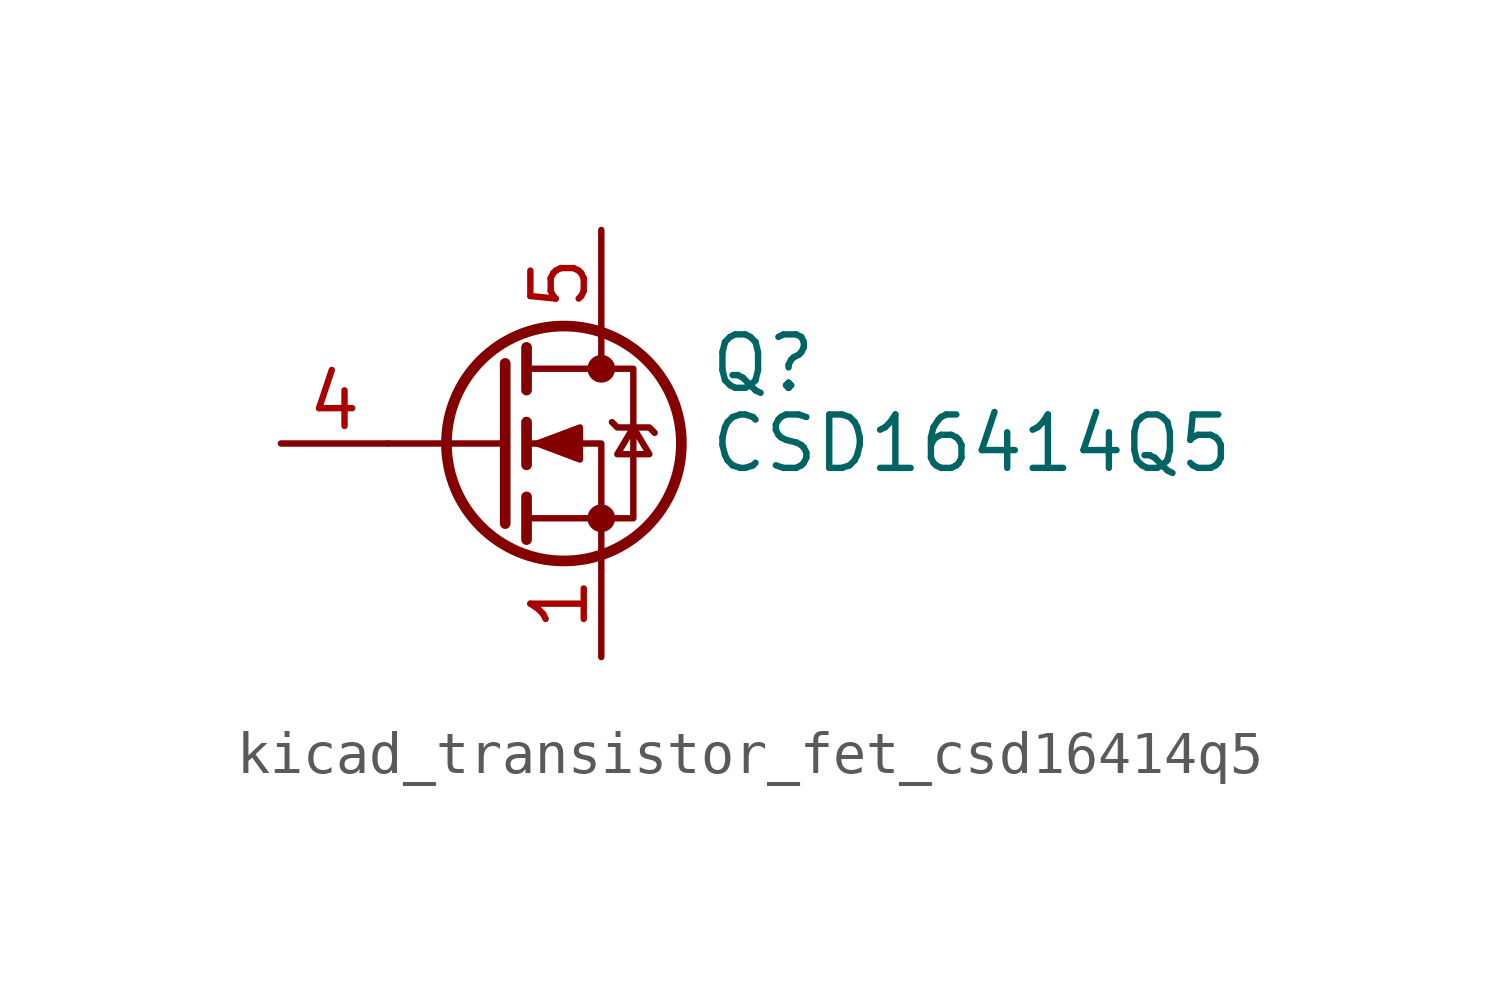
<source format=kicad_sym>
(kicad_symbol_lib
  (version 20220914)
  (generator kicad_symbol_editor)
  (symbol "kicad_transistor_fet_csd16414q5"
    (pin_names hide)
    (property "Reference" "Q"
      (at 5.08 1.905 0)
      (effects (font (size 1.27 1.27)) (justify left)))
    (property "Value" "CSD16414Q5"
      (at 5.08 0 0)
      (effects (font (size 1.27 1.27)) (justify left)))
    (symbol "kicad_transistor_fet_csd16414q5_0_1"
      (polyline (pts (xy 0.254 0) (xy -2.54 0)) (stroke (width 0) (type default)) (fill (type none)))
      (polyline (pts (xy 0.254 1.905) (xy 0.254 -1.905)) (stroke (width 0.254) (type default)) (fill (type none)))
      (polyline (pts (xy 0.762 -1.27) (xy 0.762 -2.286)) (stroke (width 0.254) (type default)) (fill (type none)))
      (polyline (pts (xy 0.762 0.508) (xy 0.762 -0.508)) (stroke (width 0.254) (type default)) (fill (type none)))
      (polyline (pts (xy 0.762 2.286) (xy 0.762 1.27)) (stroke (width 0.254) (type default)) (fill (type none)))
      (polyline (pts (xy 2.54 2.54) (xy 2.54 1.778)) (stroke (width 0) (type default)) (fill (type none)))
      (polyline (pts (xy 2.54 -2.54) (xy 2.54 0) (xy 0.762 0)) (stroke (width 0) (type default)) (fill (type none)))
      (polyline (pts (xy 0.762 -1.778) (xy 3.302 -1.778) (xy 3.302 1.778) (xy 0.762 1.778)) (stroke (width 0) (type default)) (fill (type none)))
      (polyline (pts (xy 1.016 0) (xy 2.032 0.381) (xy 2.032 -0.381) (xy 1.016 0)) (stroke (width 0) (type default)) (fill (type outline)))
      (polyline (pts (xy 2.794 0.508) (xy 2.921 0.381) (xy 3.683 0.381) (xy 3.81 0.254)) (stroke (width 0) (type default)) (fill (type none)))
      (polyline (pts (xy 3.302 0.381) (xy 2.921 -0.254) (xy 3.683 -0.254) (xy 3.302 0.381)) (stroke (width 0) (type default)) (fill (type none)))
      (circle (center 1.651 0) (radius 2.794) (stroke (width 0.254) (type default)) (fill (type none)))
      (circle (center 2.54 -1.778) (radius 0.254) (stroke (width 0) (type default)) (fill (type outline)))
      (circle (center 2.54 1.778) (radius 0.254) (stroke (width 0) (type default)) (fill (type outline))))
    (symbol "kicad_transistor_fet_csd16414q5_1_1"
      (pin passive line (at 2.54 -5.08 90) (length 2.54) (name "S" (effects (font (size 1.27 1.27)))) (number "1" (effects (font (size 1.27 1.27)))))
      (pin passive line (at 2.54 -5.08 90) (length 2.54) hide (name "S" (effects (font (size 1.27 1.27)))) (number "2" (effects (font (size 1.27 1.27)))))
      (pin passive line (at 2.54 -5.08 90) (length 2.54) hide (name "S" (effects (font (size 1.27 1.27)))) (number "3" (effects (font (size 1.27 1.27)))))
      (pin passive line (at -5.08 0 0) (length 2.54) (name "G" (effects (font (size 1.27 1.27)))) (number "4" (effects (font (size 1.27 1.27)))))
      (pin passive line (at 2.54 5.08 270) (length 2.54) (name "D" (effects (font (size 1.27 1.27)))) (number "5" (effects (font (size 1.27 1.27))))))))
</source>
